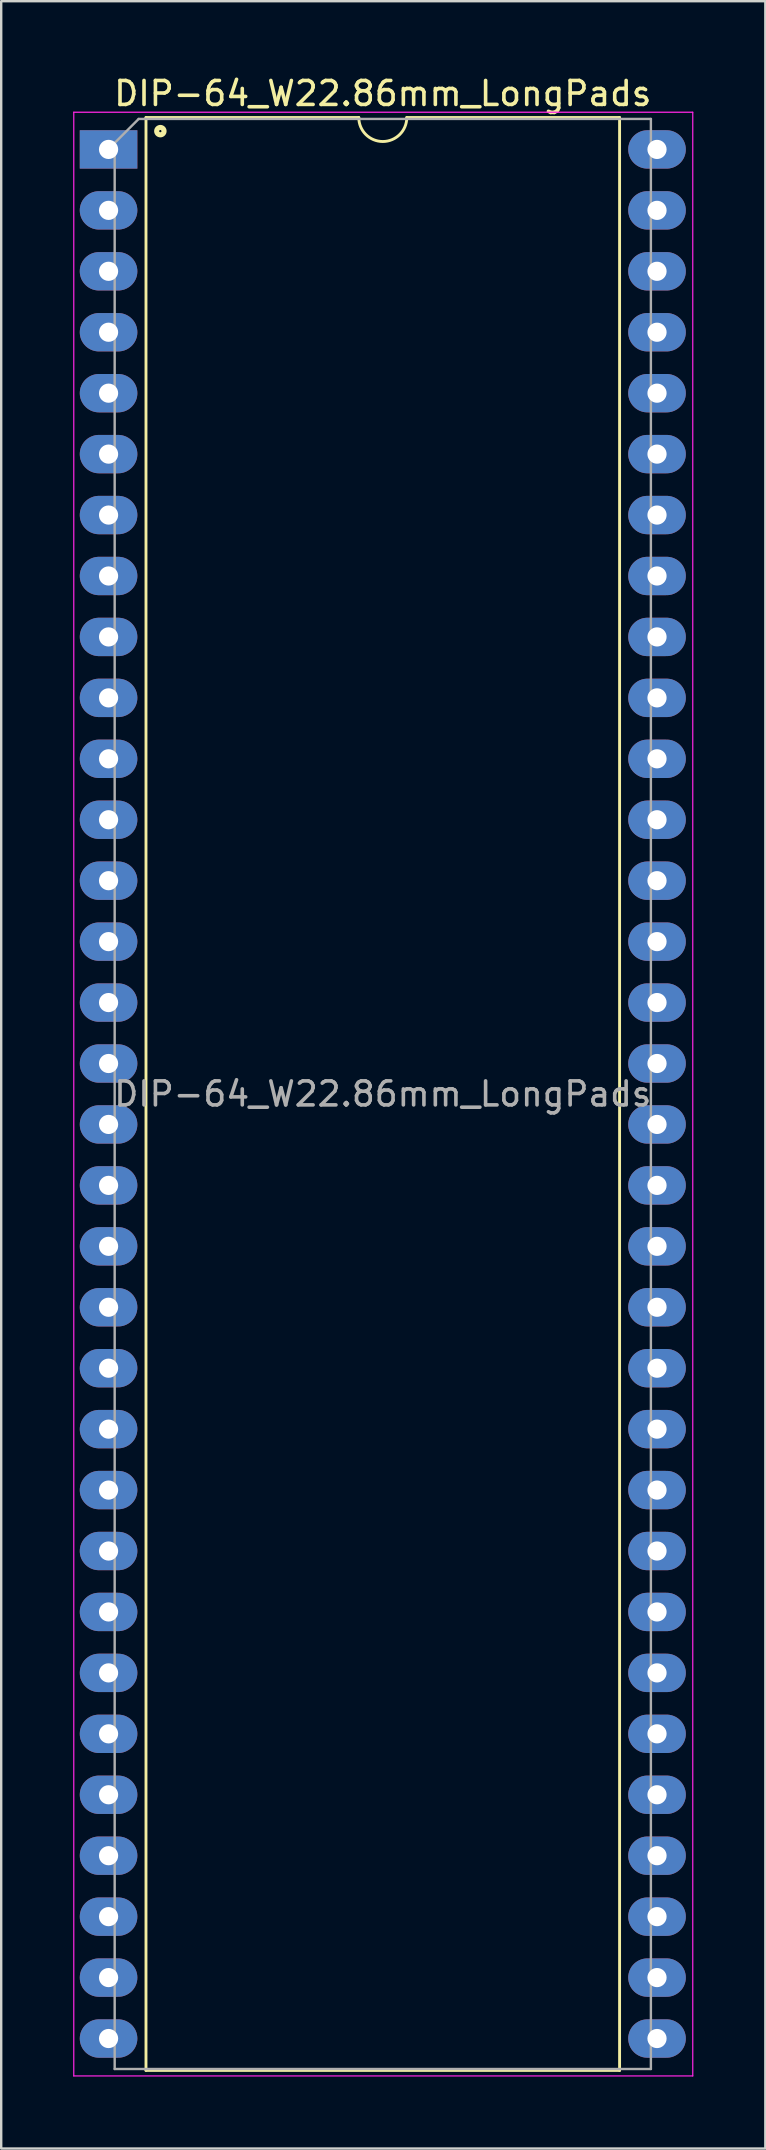
<source format=kicad_pcb>
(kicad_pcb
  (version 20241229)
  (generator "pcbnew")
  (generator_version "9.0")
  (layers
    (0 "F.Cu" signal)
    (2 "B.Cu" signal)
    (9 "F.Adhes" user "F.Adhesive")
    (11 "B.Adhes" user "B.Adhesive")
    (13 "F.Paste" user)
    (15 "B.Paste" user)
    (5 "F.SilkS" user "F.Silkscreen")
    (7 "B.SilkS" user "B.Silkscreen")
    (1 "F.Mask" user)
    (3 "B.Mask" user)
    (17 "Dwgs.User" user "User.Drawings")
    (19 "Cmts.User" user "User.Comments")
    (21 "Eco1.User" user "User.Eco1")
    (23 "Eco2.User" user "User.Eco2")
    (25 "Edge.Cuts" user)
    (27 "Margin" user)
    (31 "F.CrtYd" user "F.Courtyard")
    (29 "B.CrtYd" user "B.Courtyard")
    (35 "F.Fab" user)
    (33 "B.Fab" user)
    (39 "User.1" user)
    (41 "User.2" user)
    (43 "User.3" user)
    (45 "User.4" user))
  (footprint "DIP-64_W22.86mm_LongPads"
    (layer "F.Cu")
    (at 1.475 3.178)
    (property "Reference" "DIP-64_W22.86mm_LongPads" (at 11.43 -2.33 0) (layer "F.SilkS") (effects (font (size 1 1) (thickness 0.15))))
    (attr through_hole)
    (fp_line (start 1.56 -1.33) (end 1.56 80.07) (stroke (width 0.12) (type solid)) (layer "F.SilkS"))
    (fp_line (start 1.56 80.07) (end 21.3 80.07) (stroke (width 0.12) (type solid)) (layer "F.SilkS"))
    (fp_line (start 10.43 -1.33) (end 1.56 -1.33) (stroke (width 0.12) (type solid)) (layer "F.SilkS"))
    (fp_line (start 21.3 -1.33) (end 12.43 -1.33) (stroke (width 0.12) (type solid)) (layer "F.SilkS"))
    (fp_line (start 21.3 80.07) (end 21.3 -1.33) (stroke (width 0.12) (type solid)) (layer "F.SilkS"))
    (fp_arc (start 12.43 -1.33) (mid 11.43 -0.33) (end 10.43 -1.33) (stroke (width 0.12) (type solid)) (layer "F.SilkS"))
    (fp_circle (center 2.159 -0.762) (end 2.209 -0.762) (stroke (width 0.12) (type solid)) (fill no) (layer "F.SilkS"))
    (fp_circle (center 2.159 -0.762) (end 2.284 -0.762) (stroke (width 0.12) (type solid)) (fill no) (layer "F.SilkS"))
    (fp_circle (center 2.159 -0.762) (end 2.359 -0.762) (stroke (width 0.12) (type solid)) (fill no) (layer "F.SilkS"))
    (fp_line (start -1.45 -1.55) (end -1.45 80.3) (stroke (width 0.05) (type solid)) (layer "F.CrtYd"))
    (fp_line (start -1.45 80.3) (end 24.35 80.3) (stroke (width 0.05) (type solid)) (layer "F.CrtYd"))
    (fp_line (start 24.35 -1.55) (end -1.45 -1.55) (stroke (width 0.05) (type solid)) (layer "F.CrtYd"))
    (fp_line (start 24.35 80.3) (end 24.35 -1.55) (stroke (width 0.05) (type solid)) (layer "F.CrtYd"))
    (fp_line (start 0.255 -0.27) (end 1.255 -1.27) (stroke (width 0.1) (type solid)) (layer "F.Fab"))
    (fp_line (start 0.255 80.01) (end 0.255 -0.27) (stroke (width 0.1) (type solid)) (layer "F.Fab"))
    (fp_line (start 1.255 -1.27) (end 22.605 -1.27) (stroke (width 0.1) (type solid)) (layer "F.Fab"))
    (fp_line (start 22.605 -1.27) (end 22.605 80.01) (stroke (width 0.1) (type solid)) (layer "F.Fab"))
    (fp_line (start 22.605 80.01) (end 0.255 80.01) (stroke (width 0.1) (type solid)) (layer "F.Fab"))
    (fp_text user "${REFERENCE}" (at 11.43 39.37 0) (layer "F.Fab") (effects (font (size 1 1) (thickness 0.15))))
    (pad "1" thru_hole rect (at 0 0) (size 2.4 1.6) (drill 0.8) (layers "*.Cu" "*.Mask"))
    (pad "2" thru_hole oval (at 0 2.54) (size 2.4 1.6) (drill 0.8) (layers "*.Cu" "*.Mask"))
    (pad "3" thru_hole oval (at 0 5.08) (size 2.4 1.6) (drill 0.8) (layers "*.Cu" "*.Mask"))
    (pad "4" thru_hole oval (at 0 7.62) (size 2.4 1.6) (drill 0.8) (layers "*.Cu" "*.Mask"))
    (pad "5" thru_hole oval (at 0 10.16) (size 2.4 1.6) (drill 0.8) (layers "*.Cu" "*.Mask"))
    (pad "6" thru_hole oval (at 0 12.7) (size 2.4 1.6) (drill 0.8) (layers "*.Cu" "*.Mask"))
    (pad "7" thru_hole oval (at 0 15.24) (size 2.4 1.6) (drill 0.8) (layers "*.Cu" "*.Mask"))
    (pad "8" thru_hole oval (at 0 17.78) (size 2.4 1.6) (drill 0.8) (layers "*.Cu" "*.Mask"))
    (pad "9" thru_hole oval (at 0 20.32) (size 2.4 1.6) (drill 0.8) (layers "*.Cu" "*.Mask"))
    (pad "10" thru_hole oval (at 0 22.86) (size 2.4 1.6) (drill 0.8) (layers "*.Cu" "*.Mask"))
    (pad "11" thru_hole oval (at 0 25.4) (size 2.4 1.6) (drill 0.8) (layers "*.Cu" "*.Mask"))
    (pad "12" thru_hole oval (at 0 27.94) (size 2.4 1.6) (drill 0.8) (layers "*.Cu" "*.Mask"))
    (pad "13" thru_hole oval (at 0 30.48) (size 2.4 1.6) (drill 0.8) (layers "*.Cu" "*.Mask"))
    (pad "14" thru_hole oval (at 0 33.02) (size 2.4 1.6) (drill 0.8) (layers "*.Cu" "*.Mask"))
    (pad "15" thru_hole oval (at 0 35.56) (size 2.4 1.6) (drill 0.8) (layers "*.Cu" "*.Mask"))
    (pad "16" thru_hole oval (at 0 38.1) (size 2.4 1.6) (drill 0.8) (layers "*.Cu" "*.Mask"))
    (pad "17" thru_hole oval (at 0 40.64) (size 2.4 1.6) (drill 0.8) (layers "*.Cu" "*.Mask"))
    (pad "18" thru_hole oval (at 0 43.18) (size 2.4 1.6) (drill 0.8) (layers "*.Cu" "*.Mask"))
    (pad "19" thru_hole oval (at 0 45.72) (size 2.4 1.6) (drill 0.8) (layers "*.Cu" "*.Mask"))
    (pad "20" thru_hole oval (at 0 48.26) (size 2.4 1.6) (drill 0.8) (layers "*.Cu" "*.Mask"))
    (pad "21" thru_hole oval (at 0 50.8) (size 2.4 1.6) (drill 0.8) (layers "*.Cu" "*.Mask"))
    (pad "22" thru_hole oval (at 0 53.34) (size 2.4 1.6) (drill 0.8) (layers "*.Cu" "*.Mask"))
    (pad "23" thru_hole oval (at 0 55.88) (size 2.4 1.6) (drill 0.8) (layers "*.Cu" "*.Mask"))
    (pad "24" thru_hole oval (at 0 58.42) (size 2.4 1.6) (drill 0.8) (layers "*.Cu" "*.Mask"))
    (pad "25" thru_hole oval (at 0 60.96) (size 2.4 1.6) (drill 0.8) (layers "*.Cu" "*.Mask"))
    (pad "26" thru_hole oval (at 0 63.5) (size 2.4 1.6) (drill 0.8) (layers "*.Cu" "*.Mask"))
    (pad "27" thru_hole oval (at 0 66.04) (size 2.4 1.6) (drill 0.8) (layers "*.Cu" "*.Mask"))
    (pad "28" thru_hole oval (at 0 68.58) (size 2.4 1.6) (drill 0.8) (layers "*.Cu" "*.Mask"))
    (pad "29" thru_hole oval (at 0 71.12) (size 2.4 1.6) (drill 0.8) (layers "*.Cu" "*.Mask"))
    (pad "30" thru_hole oval (at 0 73.66) (size 2.4 1.6) (drill 0.8) (layers "*.Cu" "*.Mask"))
    (pad "31" thru_hole oval (at 0 76.2) (size 2.4 1.6) (drill 0.8) (layers "*.Cu" "*.Mask"))
    (pad "32" thru_hole oval (at 0 78.74) (size 2.4 1.6) (drill 0.8) (layers "*.Cu" "*.Mask"))
    (pad "33" thru_hole oval (at 22.86 78.74) (size 2.4 1.6) (drill 0.8) (layers "*.Cu" "*.Mask"))
    (pad "34" thru_hole oval (at 22.86 76.2) (size 2.4 1.6) (drill 0.8) (layers "*.Cu" "*.Mask"))
    (pad "35" thru_hole oval (at 22.86 73.66) (size 2.4 1.6) (drill 0.8) (layers "*.Cu" "*.Mask"))
    (pad "36" thru_hole oval (at 22.86 71.12) (size 2.4 1.6) (drill 0.8) (layers "*.Cu" "*.Mask"))
    (pad "37" thru_hole oval (at 22.86 68.58) (size 2.4 1.6) (drill 0.8) (layers "*.Cu" "*.Mask"))
    (pad "38" thru_hole oval (at 22.86 66.04) (size 2.4 1.6) (drill 0.8) (layers "*.Cu" "*.Mask"))
    (pad "39" thru_hole oval (at 22.86 63.5) (size 2.4 1.6) (drill 0.8) (layers "*.Cu" "*.Mask"))
    (pad "40" thru_hole oval (at 22.86 60.96) (size 2.4 1.6) (drill 0.8) (layers "*.Cu" "*.Mask"))
    (pad "41" thru_hole oval (at 22.86 58.42) (size 2.4 1.6) (drill 0.8) (layers "*.Cu" "*.Mask"))
    (pad "42" thru_hole oval (at 22.86 55.88) (size 2.4 1.6) (drill 0.8) (layers "*.Cu" "*.Mask"))
    (pad "43" thru_hole oval (at 22.86 53.34) (size 2.4 1.6) (drill 0.8) (layers "*.Cu" "*.Mask"))
    (pad "44" thru_hole oval (at 22.86 50.8) (size 2.4 1.6) (drill 0.8) (layers "*.Cu" "*.Mask"))
    (pad "45" thru_hole oval (at 22.86 48.26) (size 2.4 1.6) (drill 0.8) (layers "*.Cu" "*.Mask"))
    (pad "46" thru_hole oval (at 22.86 45.72) (size 2.4 1.6) (drill 0.8) (layers "*.Cu" "*.Mask"))
    (pad "47" thru_hole oval (at 22.86 43.18) (size 2.4 1.6) (drill 0.8) (layers "*.Cu" "*.Mask"))
    (pad "48" thru_hole oval (at 22.86 40.64) (size 2.4 1.6) (drill 0.8) (layers "*.Cu" "*.Mask"))
    (pad "49" thru_hole oval (at 22.86 38.1) (size 2.4 1.6) (drill 0.8) (layers "*.Cu" "*.Mask"))
    (pad "50" thru_hole oval (at 22.86 35.56) (size 2.4 1.6) (drill 0.8) (layers "*.Cu" "*.Mask"))
    (pad "51" thru_hole oval (at 22.86 33.02) (size 2.4 1.6) (drill 0.8) (layers "*.Cu" "*.Mask"))
    (pad "52" thru_hole oval (at 22.86 30.48) (size 2.4 1.6) (drill 0.8) (layers "*.Cu" "*.Mask"))
    (pad "53" thru_hole oval (at 22.86 27.94) (size 2.4 1.6) (drill 0.8) (layers "*.Cu" "*.Mask"))
    (pad "54" thru_hole oval (at 22.86 25.4) (size 2.4 1.6) (drill 0.8) (layers "*.Cu" "*.Mask"))
    (pad "55" thru_hole oval (at 22.86 22.86) (size 2.4 1.6) (drill 0.8) (layers "*.Cu" "*.Mask"))
    (pad "56" thru_hole oval (at 22.86 20.32) (size 2.4 1.6) (drill 0.8) (layers "*.Cu" "*.Mask"))
    (pad "57" thru_hole oval (at 22.86 17.78) (size 2.4 1.6) (drill 0.8) (layers "*.Cu" "*.Mask"))
    (pad "58" thru_hole oval (at 22.86 15.24) (size 2.4 1.6) (drill 0.8) (layers "*.Cu" "*.Mask"))
    (pad "59" thru_hole oval (at 22.86 12.7) (size 2.4 1.6) (drill 0.8) (layers "*.Cu" "*.Mask"))
    (pad "60" thru_hole oval (at 22.86 10.16) (size 2.4 1.6) (drill 0.8) (layers "*.Cu" "*.Mask"))
    (pad "61" thru_hole oval (at 22.86 7.62) (size 2.4 1.6) (drill 0.8) (layers "*.Cu" "*.Mask"))
    (pad "62" thru_hole oval (at 22.86 5.08) (size 2.4 1.6) (drill 0.8) (layers "*.Cu" "*.Mask"))
    (pad "63" thru_hole oval (at 22.86 2.54) (size 2.4 1.6) (drill 0.8) (layers "*.Cu" "*.Mask"))
    (pad "64" thru_hole oval (at 22.86 0) (size 2.4 1.6) (drill 0.8) (layers "*.Cu" "*.Mask")))
  (gr_rect
    (start -3 -3)
    (end 28.85 86.503)
    (stroke (width 0.1) (type default))
    (fill no)
    (layer "Edge.Cuts")))
</source>
